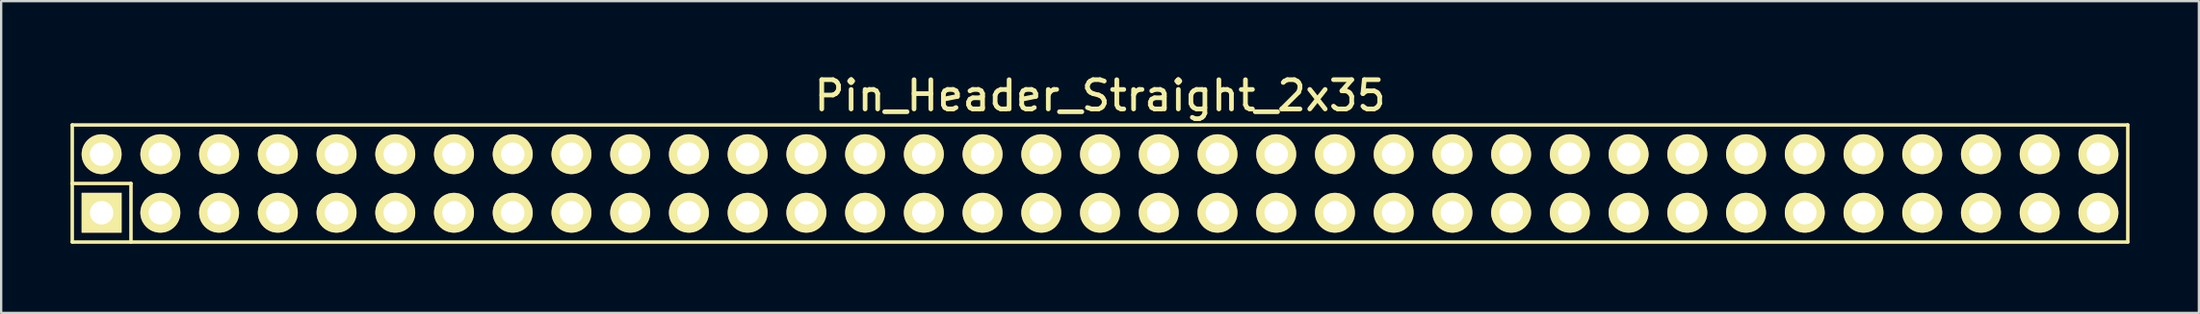
<source format=kicad_pcb>
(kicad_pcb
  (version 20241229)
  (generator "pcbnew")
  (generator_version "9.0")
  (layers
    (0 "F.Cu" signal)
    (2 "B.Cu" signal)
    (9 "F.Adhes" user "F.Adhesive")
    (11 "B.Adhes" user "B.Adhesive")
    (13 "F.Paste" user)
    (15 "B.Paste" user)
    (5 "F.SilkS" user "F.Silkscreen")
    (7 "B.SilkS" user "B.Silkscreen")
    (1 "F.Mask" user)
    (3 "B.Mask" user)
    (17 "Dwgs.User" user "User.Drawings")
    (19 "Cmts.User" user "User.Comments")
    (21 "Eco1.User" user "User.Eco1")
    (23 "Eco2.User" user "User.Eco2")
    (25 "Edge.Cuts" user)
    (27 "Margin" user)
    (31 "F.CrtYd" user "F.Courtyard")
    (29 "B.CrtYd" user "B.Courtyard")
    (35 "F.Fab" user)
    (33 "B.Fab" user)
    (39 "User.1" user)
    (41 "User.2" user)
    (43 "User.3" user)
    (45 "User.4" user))
  (footprint "Pin_Header_Straight_2x35"
    (layer "F.Cu")
    (at 44.525 4.91)
    (property "Reference" "Pin_Header_Straight_2x35" (at 0 -3.81 0) (layer "F.SilkS") (effects (font (size 1.27 1.27) (thickness 0.203))))
    (attr through_hole)
    (fp_line (start -44.45 -2.54) (end -44.45 0) (stroke (width 0.15) (type solid)) (layer "F.SilkS"))
    (fp_line (start -44.45 0) (end -41.91 0) (stroke (width 0.15) (type solid)) (layer "F.SilkS"))
    (fp_line (start -44.45 2.54) (end -44.45 0) (stroke (width 0.15) (type solid)) (layer "F.SilkS"))
    (fp_line (start -44.45 2.54) (end -41.91 2.54) (stroke (width 0.15) (type solid)) (layer "F.SilkS"))
    (fp_line (start -41.91 0) (end -41.91 2.54) (stroke (width 0.15) (type solid)) (layer "F.SilkS"))
    (fp_line (start -41.91 2.54) (end 44.45 2.54) (stroke (width 0.15) (type solid)) (layer "F.SilkS"))
    (fp_line (start 44.45 -2.54) (end -44.45 -2.54) (stroke (width 0.15) (type solid)) (layer "F.SilkS"))
    (fp_line (start 44.45 -2.54) (end 44.45 2.54) (stroke (width 0.15) (type solid)) (layer "F.SilkS"))
    (pad "1" thru_hole rect (at -43.18 1.27) (size 1.727 1.727) (drill 1.016) (layers "*.Cu" "*.Mask" "F.SilkS"))
    (pad "2" thru_hole oval (at -43.18 -1.27) (size 1.727 1.727) (drill 1.016) (layers "*.Cu" "*.Mask" "F.SilkS"))
    (pad "3" thru_hole oval (at -40.64 1.27) (size 1.727 1.727) (drill 1.016) (layers "*.Cu" "*.Mask" "F.SilkS"))
    (pad "4" thru_hole oval (at -40.64 -1.27) (size 1.727 1.727) (drill 1.016) (layers "*.Cu" "*.Mask" "F.SilkS"))
    (pad "5" thru_hole oval (at -38.1 1.27) (size 1.727 1.727) (drill 1.016) (layers "*.Cu" "*.Mask" "F.SilkS"))
    (pad "6" thru_hole oval (at -38.1 -1.27) (size 1.727 1.727) (drill 1.016) (layers "*.Cu" "*.Mask" "F.SilkS"))
    (pad "7" thru_hole oval (at -35.56 1.27) (size 1.727 1.727) (drill 1.016) (layers "*.Cu" "*.Mask" "F.SilkS"))
    (pad "8" thru_hole oval (at -35.56 -1.27) (size 1.727 1.727) (drill 1.016) (layers "*.Cu" "*.Mask" "F.SilkS"))
    (pad "9" thru_hole oval (at -33.02 1.27) (size 1.727 1.727) (drill 1.016) (layers "*.Cu" "*.Mask" "F.SilkS"))
    (pad "10" thru_hole oval (at -33.02 -1.27) (size 1.727 1.727) (drill 1.016) (layers "*.Cu" "*.Mask" "F.SilkS"))
    (pad "11" thru_hole oval (at -30.48 1.27) (size 1.727 1.727) (drill 1.016) (layers "*.Cu" "*.Mask" "F.SilkS"))
    (pad "12" thru_hole oval (at -30.48 -1.27) (size 1.727 1.727) (drill 1.016) (layers "*.Cu" "*.Mask" "F.SilkS"))
    (pad "13" thru_hole oval (at -27.94 1.27) (size 1.727 1.727) (drill 1.016) (layers "*.Cu" "*.Mask" "F.SilkS"))
    (pad "14" thru_hole oval (at -27.94 -1.27) (size 1.727 1.727) (drill 1.016) (layers "*.Cu" "*.Mask" "F.SilkS"))
    (pad "15" thru_hole oval (at -25.4 1.27) (size 1.727 1.727) (drill 1.016) (layers "*.Cu" "*.Mask" "F.SilkS"))
    (pad "16" thru_hole oval (at -25.4 -1.27) (size 1.727 1.727) (drill 1.016) (layers "*.Cu" "*.Mask" "F.SilkS"))
    (pad "17" thru_hole oval (at -22.86 1.27) (size 1.727 1.727) (drill 1.016) (layers "*.Cu" "*.Mask" "F.SilkS"))
    (pad "18" thru_hole oval (at -22.86 -1.27) (size 1.727 1.727) (drill 1.016) (layers "*.Cu" "*.Mask" "F.SilkS"))
    (pad "19" thru_hole oval (at -20.32 1.27) (size 1.727 1.727) (drill 1.016) (layers "*.Cu" "*.Mask" "F.SilkS"))
    (pad "20" thru_hole oval (at -20.32 -1.27) (size 1.727 1.727) (drill 1.016) (layers "*.Cu" "*.Mask" "F.SilkS"))
    (pad "21" thru_hole oval (at -17.78 1.27) (size 1.727 1.727) (drill 1.016) (layers "*.Cu" "*.Mask" "F.SilkS"))
    (pad "22" thru_hole oval (at -17.78 -1.27) (size 1.727 1.727) (drill 1.016) (layers "*.Cu" "*.Mask" "F.SilkS"))
    (pad "23" thru_hole oval (at -15.24 1.27) (size 1.727 1.727) (drill 1.016) (layers "*.Cu" "*.Mask" "F.SilkS"))
    (pad "24" thru_hole oval (at -15.24 -1.27) (size 1.727 1.727) (drill 1.016) (layers "*.Cu" "*.Mask" "F.SilkS"))
    (pad "25" thru_hole oval (at -12.7 1.27) (size 1.727 1.727) (drill 1.016) (layers "*.Cu" "*.Mask" "F.SilkS"))
    (pad "26" thru_hole oval (at -12.7 -1.27) (size 1.727 1.727) (drill 1.016) (layers "*.Cu" "*.Mask" "F.SilkS"))
    (pad "27" thru_hole oval (at -10.16 1.27) (size 1.727 1.727) (drill 1.016) (layers "*.Cu" "*.Mask" "F.SilkS"))
    (pad "28" thru_hole oval (at -10.16 -1.27) (size 1.727 1.727) (drill 1.016) (layers "*.Cu" "*.Mask" "F.SilkS"))
    (pad "29" thru_hole oval (at -7.62 1.27) (size 1.727 1.727) (drill 1.016) (layers "*.Cu" "*.Mask" "F.SilkS"))
    (pad "30" thru_hole oval (at -7.62 -1.27) (size 1.727 1.727) (drill 1.016) (layers "*.Cu" "*.Mask" "F.SilkS"))
    (pad "31" thru_hole oval (at -5.08 1.27) (size 1.727 1.727) (drill 1.016) (layers "*.Cu" "*.Mask" "F.SilkS"))
    (pad "32" thru_hole oval (at -5.08 -1.27) (size 1.727 1.727) (drill 1.016) (layers "*.Cu" "*.Mask" "F.SilkS"))
    (pad "33" thru_hole oval (at -2.54 1.27) (size 1.727 1.727) (drill 1.016) (layers "*.Cu" "*.Mask" "F.SilkS"))
    (pad "34" thru_hole oval (at -2.54 -1.27) (size 1.727 1.727) (drill 1.016) (layers "*.Cu" "*.Mask" "F.SilkS"))
    (pad "35" thru_hole oval (at 0 1.27) (size 1.727 1.727) (drill 1.016) (layers "*.Cu" "*.Mask" "F.SilkS"))
    (pad "36" thru_hole oval (at 0 -1.27) (size 1.727 1.727) (drill 1.016) (layers "*.Cu" "*.Mask" "F.SilkS"))
    (pad "37" thru_hole oval (at 2.54 1.27) (size 1.727 1.727) (drill 1.016) (layers "*.Cu" "*.Mask" "F.SilkS"))
    (pad "38" thru_hole oval (at 2.54 -1.27) (size 1.727 1.727) (drill 1.016) (layers "*.Cu" "*.Mask" "F.SilkS"))
    (pad "39" thru_hole oval (at 5.08 1.27) (size 1.727 1.727) (drill 1.016) (layers "*.Cu" "*.Mask" "F.SilkS"))
    (pad "40" thru_hole oval (at 5.08 -1.27) (size 1.727 1.727) (drill 1.016) (layers "*.Cu" "*.Mask" "F.SilkS"))
    (pad "41" thru_hole oval (at 7.62 1.27) (size 1.727 1.727) (drill 1.016) (layers "*.Cu" "*.Mask" "F.SilkS"))
    (pad "42" thru_hole oval (at 7.62 -1.27) (size 1.727 1.727) (drill 1.016) (layers "*.Cu" "*.Mask" "F.SilkS"))
    (pad "43" thru_hole oval (at 10.16 1.27) (size 1.727 1.727) (drill 1.016) (layers "*.Cu" "*.Mask" "F.SilkS"))
    (pad "44" thru_hole oval (at 10.16 -1.27) (size 1.727 1.727) (drill 1.016) (layers "*.Cu" "*.Mask" "F.SilkS"))
    (pad "45" thru_hole oval (at 12.7 1.27) (size 1.727 1.727) (drill 1.016) (layers "*.Cu" "*.Mask" "F.SilkS"))
    (pad "46" thru_hole oval (at 12.7 -1.27) (size 1.727 1.727) (drill 1.016) (layers "*.Cu" "*.Mask" "F.SilkS"))
    (pad "47" thru_hole oval (at 15.24 1.27) (size 1.727 1.727) (drill 1.016) (layers "*.Cu" "*.Mask" "F.SilkS"))
    (pad "48" thru_hole oval (at 15.24 -1.27) (size 1.727 1.727) (drill 1.016) (layers "*.Cu" "*.Mask" "F.SilkS"))
    (pad "49" thru_hole oval (at 17.78 1.27) (size 1.727 1.727) (drill 1.016) (layers "*.Cu" "*.Mask" "F.SilkS"))
    (pad "50" thru_hole oval (at 17.78 -1.27) (size 1.727 1.727) (drill 1.016) (layers "*.Cu" "*.Mask" "F.SilkS"))
    (pad "51" thru_hole oval (at 20.32 1.27) (size 1.727 1.727) (drill 1.016) (layers "*.Cu" "*.Mask" "F.SilkS"))
    (pad "52" thru_hole oval (at 20.32 -1.27) (size 1.727 1.727) (drill 1.016) (layers "*.Cu" "*.Mask" "F.SilkS"))
    (pad "53" thru_hole oval (at 22.86 1.27) (size 1.727 1.727) (drill 1.016) (layers "*.Cu" "*.Mask" "F.SilkS"))
    (pad "54" thru_hole oval (at 22.86 -1.27) (size 1.727 1.727) (drill 1.016) (layers "*.Cu" "*.Mask" "F.SilkS"))
    (pad "55" thru_hole oval (at 25.4 1.27) (size 1.727 1.727) (drill 1.016) (layers "*.Cu" "*.Mask" "F.SilkS"))
    (pad "56" thru_hole oval (at 25.4 -1.27) (size 1.727 1.727) (drill 1.016) (layers "*.Cu" "*.Mask" "F.SilkS"))
    (pad "57" thru_hole oval (at 27.94 1.27) (size 1.727 1.727) (drill 1.016) (layers "*.Cu" "*.Mask" "F.SilkS"))
    (pad "58" thru_hole oval (at 27.94 -1.27) (size 1.727 1.727) (drill 1.016) (layers "*.Cu" "*.Mask" "F.SilkS"))
    (pad "59" thru_hole oval (at 30.48 1.27) (size 1.727 1.727) (drill 1.016) (layers "*.Cu" "*.Mask" "F.SilkS"))
    (pad "60" thru_hole oval (at 30.48 -1.27) (size 1.727 1.727) (drill 1.016) (layers "*.Cu" "*.Mask" "F.SilkS"))
    (pad "61" thru_hole oval (at 33.02 1.27) (size 1.727 1.727) (drill 1.016) (layers "*.Cu" "*.Mask" "F.SilkS"))
    (pad "62" thru_hole oval (at 33.02 -1.27) (size 1.727 1.727) (drill 1.016) (layers "*.Cu" "*.Mask" "F.SilkS"))
    (pad "63" thru_hole oval (at 35.56 1.27) (size 1.727 1.727) (drill 1.016) (layers "*.Cu" "*.Mask" "F.SilkS"))
    (pad "64" thru_hole oval (at 35.56 -1.27) (size 1.727 1.727) (drill 1.016) (layers "*.Cu" "*.Mask" "F.SilkS"))
    (pad "65" thru_hole oval (at 38.1 1.27) (size 1.727 1.727) (drill 1.016) (layers "*.Cu" "*.Mask" "F.SilkS"))
    (pad "66" thru_hole oval (at 38.1 -1.27) (size 1.727 1.727) (drill 1.016) (layers "*.Cu" "*.Mask" "F.SilkS"))
    (pad "67" thru_hole oval (at 40.64 1.27) (size 1.727 1.727) (drill 1.016) (layers "*.Cu" "*.Mask" "F.SilkS"))
    (pad "68" thru_hole oval (at 40.64 -1.27) (size 1.727 1.727) (drill 1.016) (layers "*.Cu" "*.Mask" "F.SilkS"))
    (pad "69" thru_hole oval (at 43.18 1.27) (size 1.727 1.727) (drill 1.016) (layers "*.Cu" "*.Mask" "F.SilkS"))
    (pad "70" thru_hole oval (at 43.18 -1.27) (size 1.727 1.727) (drill 1.016) (layers "*.Cu" "*.Mask" "F.SilkS")))
  (gr_rect
    (start -3 -3)
    (end 92.05 10.525)
    (stroke (width 0.1) (type default))
    (fill no)
    (layer "Edge.Cuts")))
</source>
